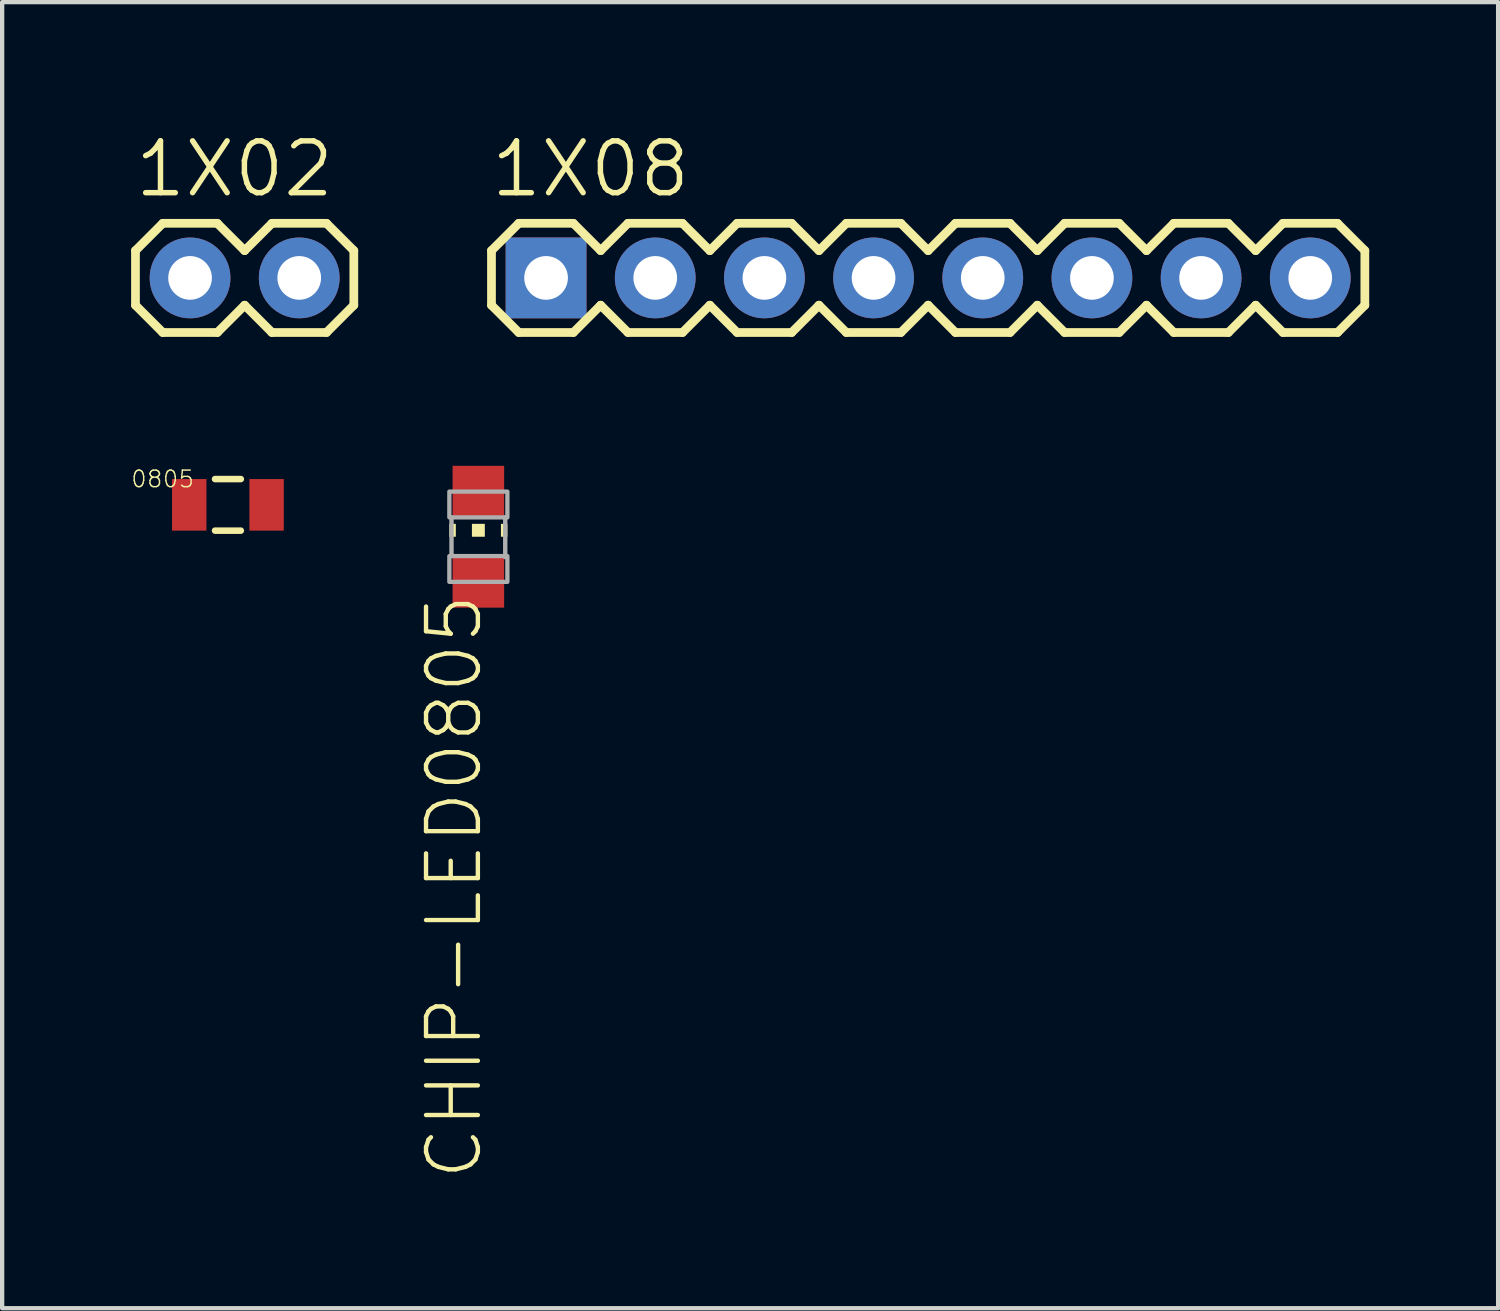
<source format=kicad_pcb>
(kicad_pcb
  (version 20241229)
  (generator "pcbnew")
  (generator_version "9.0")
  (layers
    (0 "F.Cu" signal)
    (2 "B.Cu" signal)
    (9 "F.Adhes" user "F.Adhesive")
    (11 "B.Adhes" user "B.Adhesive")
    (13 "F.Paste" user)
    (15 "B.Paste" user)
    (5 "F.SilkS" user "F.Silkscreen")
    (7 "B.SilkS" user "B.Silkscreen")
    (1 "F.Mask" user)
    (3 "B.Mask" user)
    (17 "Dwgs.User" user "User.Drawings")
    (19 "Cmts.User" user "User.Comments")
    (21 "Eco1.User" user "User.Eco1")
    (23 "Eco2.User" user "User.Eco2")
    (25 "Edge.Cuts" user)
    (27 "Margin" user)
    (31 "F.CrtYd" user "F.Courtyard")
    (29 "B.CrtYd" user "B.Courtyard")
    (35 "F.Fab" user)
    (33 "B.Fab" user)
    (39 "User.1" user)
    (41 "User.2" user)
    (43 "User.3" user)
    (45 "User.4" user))
  (footprint "CHIP-LED0805"
    (layer "F.Cu")
    (at 8.08 9.438)
    (property "Reference" "CHIP-LED0805" (at -1.27 1.27 90) (layer "F.SilkS") (effects (font (size 1.206 1.206) (thickness 0.102)) (justify right top)))
    (attr through_hole)
    (fp_poly (pts (xy -0.675 0) (xy -0.525 0) (xy -0.525 -0.3) (xy -0.675 -0.3)) (stroke (width 0) (type solid)) (fill yes) (layer "F.SilkS"))
    (fp_poly (pts (xy -0.15 0) (xy 0.15 0) (xy 0.15 -0.3) (xy -0.15 -0.3)) (stroke (width 0) (type solid)) (fill yes) (layer "F.SilkS"))
    (fp_poly (pts (xy 0.525 0) (xy 0.675 0) (xy 0.675 -0.3) (xy 0.525 -0.3)) (stroke (width 0) (type solid)) (fill yes) (layer "F.SilkS"))
    (fp_line (start -0.625 -0.45) (end -0.625 0.45) (stroke (width 0.102) (type solid)) (layer "F.Fab"))
    (fp_line (start 0.625 -0.45) (end 0.625 0.475) (stroke (width 0.102) (type solid)) (layer "F.Fab"))
    (fp_poly (pts (xy -0.675 -0.45) (xy 0.675 -0.45) (xy 0.675 -1.05) (xy -0.675 -1.05)) (stroke (width 0.1) (type solid)) (fill no) (layer "F.Fab"))
    (fp_poly (pts (xy -0.675 1.05) (xy 0.675 1.05) (xy 0.675 0.45) (xy -0.675 0.45)) (stroke (width 0.1) (type solid)) (fill no) (layer "F.Fab"))
    (pad "A" smd rect (at 0 1.05) (size 1.2 1.2) (layers "F.Cu" "F.Mask" "F.Paste"))
    (pad "C" smd rect (at 0 -1.05) (size 1.2 1.2) (layers "F.Cu" "F.Mask" "F.Paste")))
  (footprint "0805"
    (layer "F.Cu")
    (at 2.253 8.696)
    (property "Reference" "0805" (at -0.762 -0.826 0) (layer "F.SilkS") (effects (font (size 0.386 0.386) (thickness 0.033)) (justify right top)))
    (attr through_hole)
    (fp_line (start -0.3 -0.6) (end 0.3 -0.6) (stroke (width 0.152) (type solid)) (layer "F.SilkS"))
    (fp_line (start -0.3 0.6) (end 0.3 0.6) (stroke (width 0.152) (type solid)) (layer "F.SilkS"))
    (pad "1" smd rect (at -0.9 0) (size 0.8 1.2) (layers "F.Cu" "F.Mask" "F.Paste"))
    (pad "2" smd rect (at 0.9 0) (size 0.8 1.2) (layers "F.Cu" "F.Mask" "F.Paste")))
  (footprint "1X08"
    (layer "F.Cu")
    (at 9.655 3.416)
    (property "Reference" "1X08" (at -1.346 -1.829 0) (layer "F.SilkS") (effects (font (size 1.206 1.206) (thickness 0.127)) (justify left bottom)))
    (attr through_hole)
    (fp_line (start -1.27 -0.635) (end -1.27 0.635) (stroke (width 0.203) (type solid)) (layer "F.SilkS"))
    (fp_line (start -1.27 0.635) (end -0.635 1.27) (stroke (width 0.203) (type solid)) (layer "F.SilkS"))
    (fp_line (start -0.635 -1.27) (end -1.27 -0.635) (stroke (width 0.203) (type solid)) (layer "F.SilkS"))
    (fp_line (start -0.635 -1.27) (end 0.635 -1.27) (stroke (width 0.203) (type solid)) (layer "F.SilkS"))
    (fp_line (start 0.635 -1.27) (end 1.27 -0.635) (stroke (width 0.203) (type solid)) (layer "F.SilkS"))
    (fp_line (start 0.635 1.27) (end -0.635 1.27) (stroke (width 0.203) (type solid)) (layer "F.SilkS"))
    (fp_line (start 1.27 -0.635) (end 1.905 -1.27) (stroke (width 0.203) (type solid)) (layer "F.SilkS"))
    (fp_line (start 1.27 0.635) (end 0.635 1.27) (stroke (width 0.203) (type solid)) (layer "F.SilkS"))
    (fp_line (start 1.905 -1.27) (end 3.175 -1.27) (stroke (width 0.203) (type solid)) (layer "F.SilkS"))
    (fp_line (start 1.905 1.27) (end 1.27 0.635) (stroke (width 0.203) (type solid)) (layer "F.SilkS"))
    (fp_line (start 3.175 -1.27) (end 3.81 -0.635) (stroke (width 0.203) (type solid)) (layer "F.SilkS"))
    (fp_line (start 3.175 1.27) (end 1.905 1.27) (stroke (width 0.203) (type solid)) (layer "F.SilkS"))
    (fp_line (start 3.81 -0.635) (end 4.445 -1.27) (stroke (width 0.203) (type solid)) (layer "F.SilkS"))
    (fp_line (start 3.81 0.635) (end 3.175 1.27) (stroke (width 0.203) (type solid)) (layer "F.SilkS"))
    (fp_line (start 4.445 -1.27) (end 5.715 -1.27) (stroke (width 0.203) (type solid)) (layer "F.SilkS"))
    (fp_line (start 4.445 1.27) (end 3.81 0.635) (stroke (width 0.203) (type solid)) (layer "F.SilkS"))
    (fp_line (start 5.715 -1.27) (end 6.35 -0.635) (stroke (width 0.203) (type solid)) (layer "F.SilkS"))
    (fp_line (start 5.715 1.27) (end 4.445 1.27) (stroke (width 0.203) (type solid)) (layer "F.SilkS"))
    (fp_line (start 6.35 0.635) (end 5.715 1.27) (stroke (width 0.203) (type solid)) (layer "F.SilkS"))
    (fp_line (start 6.35 0.635) (end 6.985 1.27) (stroke (width 0.203) (type solid)) (layer "F.SilkS"))
    (fp_line (start 6.985 -1.27) (end 6.35 -0.635) (stroke (width 0.203) (type solid)) (layer "F.SilkS"))
    (fp_line (start 6.985 -1.27) (end 8.255 -1.27) (stroke (width 0.203) (type solid)) (layer "F.SilkS"))
    (fp_line (start 8.255 -1.27) (end 8.89 -0.635) (stroke (width 0.203) (type solid)) (layer "F.SilkS"))
    (fp_line (start 8.255 1.27) (end 6.985 1.27) (stroke (width 0.203) (type solid)) (layer "F.SilkS"))
    (fp_line (start 8.89 -0.635) (end 9.525 -1.27) (stroke (width 0.203) (type solid)) (layer "F.SilkS"))
    (fp_line (start 8.89 0.635) (end 8.255 1.27) (stroke (width 0.203) (type solid)) (layer "F.SilkS"))
    (fp_line (start 9.525 -1.27) (end 10.795 -1.27) (stroke (width 0.203) (type solid)) (layer "F.SilkS"))
    (fp_line (start 9.525 1.27) (end 8.89 0.635) (stroke (width 0.203) (type solid)) (layer "F.SilkS"))
    (fp_line (start 10.795 -1.27) (end 11.43 -0.635) (stroke (width 0.203) (type solid)) (layer "F.SilkS"))
    (fp_line (start 10.795 1.27) (end 9.525 1.27) (stroke (width 0.203) (type solid)) (layer "F.SilkS"))
    (fp_line (start 11.43 -0.635) (end 12.065 -1.27) (stroke (width 0.203) (type solid)) (layer "F.SilkS"))
    (fp_line (start 11.43 0.635) (end 10.795 1.27) (stroke (width 0.203) (type solid)) (layer "F.SilkS"))
    (fp_line (start 12.065 -1.27) (end 13.335 -1.27) (stroke (width 0.203) (type solid)) (layer "F.SilkS"))
    (fp_line (start 12.065 1.27) (end 11.43 0.635) (stroke (width 0.203) (type solid)) (layer "F.SilkS"))
    (fp_line (start 13.335 -1.27) (end 13.97 -0.635) (stroke (width 0.203) (type solid)) (layer "F.SilkS"))
    (fp_line (start 13.335 1.27) (end 12.065 1.27) (stroke (width 0.203) (type solid)) (layer "F.SilkS"))
    (fp_line (start 13.97 0.635) (end 13.335 1.27) (stroke (width 0.203) (type solid)) (layer "F.SilkS"))
    (fp_line (start 13.97 0.635) (end 14.605 1.27) (stroke (width 0.203) (type solid)) (layer "F.SilkS"))
    (fp_line (start 14.605 -1.27) (end 13.97 -0.635) (stroke (width 0.203) (type solid)) (layer "F.SilkS"))
    (fp_line (start 14.605 -1.27) (end 15.875 -1.27) (stroke (width 0.203) (type solid)) (layer "F.SilkS"))
    (fp_line (start 15.875 -1.27) (end 16.51 -0.635) (stroke (width 0.203) (type solid)) (layer "F.SilkS"))
    (fp_line (start 15.875 1.27) (end 14.605 1.27) (stroke (width 0.203) (type solid)) (layer "F.SilkS"))
    (fp_line (start 16.51 0.635) (end 15.875 1.27) (stroke (width 0.203) (type solid)) (layer "F.SilkS"))
    (fp_line (start 16.51 0.635) (end 17.145 1.27) (stroke (width 0.203) (type solid)) (layer "F.SilkS"))
    (fp_line (start 17.145 -1.27) (end 16.51 -0.635) (stroke (width 0.203) (type solid)) (layer "F.SilkS"))
    (fp_line (start 17.145 -1.27) (end 18.415 -1.27) (stroke (width 0.203) (type solid)) (layer "F.SilkS"))
    (fp_line (start 18.415 -1.27) (end 19.05 -0.635) (stroke (width 0.203) (type solid)) (layer "F.SilkS"))
    (fp_line (start 18.415 1.27) (end 17.145 1.27) (stroke (width 0.203) (type solid)) (layer "F.SilkS"))
    (fp_line (start 19.05 -0.635) (end 19.05 0.635) (stroke (width 0.203) (type solid)) (layer "F.SilkS"))
    (fp_line (start 19.05 0.635) (end 18.415 1.27) (stroke (width 0.203) (type solid)) (layer "F.SilkS"))
    (fp_poly (pts (xy -0.254 0.254) (xy 0.254 0.254) (xy 0.254 -0.254) (xy -0.254 -0.254)) (stroke (width 0.1) (type solid)) (fill no) (layer "F.Fab"))
    (fp_poly (pts (xy 2.286 0.254) (xy 2.794 0.254) (xy 2.794 -0.254) (xy 2.286 -0.254)) (stroke (width 0.1) (type solid)) (fill no) (layer "F.Fab"))
    (fp_poly (pts (xy 4.826 0.254) (xy 5.334 0.254) (xy 5.334 -0.254) (xy 4.826 -0.254)) (stroke (width 0.1) (type solid)) (fill no) (layer "F.Fab"))
    (fp_poly (pts (xy 7.366 0.254) (xy 7.874 0.254) (xy 7.874 -0.254) (xy 7.366 -0.254)) (stroke (width 0.1) (type solid)) (fill no) (layer "F.Fab"))
    (fp_poly (pts (xy 9.906 0.254) (xy 10.414 0.254) (xy 10.414 -0.254) (xy 9.906 -0.254)) (stroke (width 0.1) (type solid)) (fill no) (layer "F.Fab"))
    (fp_poly (pts (xy 12.446 0.254) (xy 12.954 0.254) (xy 12.954 -0.254) (xy 12.446 -0.254)) (stroke (width 0.1) (type solid)) (fill no) (layer "F.Fab"))
    (fp_poly (pts (xy 14.986 0.254) (xy 15.494 0.254) (xy 15.494 -0.254) (xy 14.986 -0.254)) (stroke (width 0.1) (type solid)) (fill no) (layer "F.Fab"))
    (fp_poly (pts (xy 17.526 0.254) (xy 18.034 0.254) (xy 18.034 -0.254) (xy 17.526 -0.254)) (stroke (width 0.1) (type solid)) (fill no) (layer "F.Fab"))
    (pad "1" thru_hole rect (at 0 0 90) (size 1.88 1.88) (drill 1.016) (layers "*.Cu" "*.Mask"))
    (pad "2" thru_hole circle (at 2.54 0 90) (size 1.88 1.88) (drill 1.016) (layers "*.Cu" "*.Mask"))
    (pad "3" thru_hole circle (at 5.08 0 90) (size 1.88 1.88) (drill 1.016) (layers "*.Cu" "*.Mask"))
    (pad "4" thru_hole circle (at 7.62 0 90) (size 1.88 1.88) (drill 1.016) (layers "*.Cu" "*.Mask"))
    (pad "5" thru_hole circle (at 10.16 0 90) (size 1.88 1.88) (drill 1.016) (layers "*.Cu" "*.Mask"))
    (pad "6" thru_hole circle (at 12.7 0 90) (size 1.88 1.88) (drill 1.016) (layers "*.Cu" "*.Mask"))
    (pad "7" thru_hole circle (at 15.24 0 90) (size 1.88 1.88) (drill 1.016) (layers "*.Cu" "*.Mask"))
    (pad "8" thru_hole circle (at 17.78 0 90) (size 1.88 1.88) (drill 1.016) (layers "*.Cu" "*.Mask")))
  (footprint "1X02"
    (layer "F.Cu")
    (at 1.372 3.416)
    (property "Reference" "1X02" (at -1.346 -1.829 0) (layer "F.SilkS") (effects (font (size 1.206 1.206) (thickness 0.127)) (justify left bottom)))
    (attr through_hole)
    (fp_line (start -1.27 -0.635) (end -1.27 0.635) (stroke (width 0.203) (type solid)) (layer "F.SilkS"))
    (fp_line (start -1.27 0.635) (end -0.635 1.27) (stroke (width 0.203) (type solid)) (layer "F.SilkS"))
    (fp_line (start -0.635 -1.27) (end -1.27 -0.635) (stroke (width 0.203) (type solid)) (layer "F.SilkS"))
    (fp_line (start -0.635 -1.27) (end 0.635 -1.27) (stroke (width 0.203) (type solid)) (layer "F.SilkS"))
    (fp_line (start 0.635 -1.27) (end 1.27 -0.635) (stroke (width 0.203) (type solid)) (layer "F.SilkS"))
    (fp_line (start 0.635 1.27) (end -0.635 1.27) (stroke (width 0.203) (type solid)) (layer "F.SilkS"))
    (fp_line (start 1.27 -0.635) (end 1.905 -1.27) (stroke (width 0.203) (type solid)) (layer "F.SilkS"))
    (fp_line (start 1.27 0.635) (end 0.635 1.27) (stroke (width 0.203) (type solid)) (layer "F.SilkS"))
    (fp_line (start 1.905 -1.27) (end 3.175 -1.27) (stroke (width 0.203) (type solid)) (layer "F.SilkS"))
    (fp_line (start 1.905 1.27) (end 1.27 0.635) (stroke (width 0.203) (type solid)) (layer "F.SilkS"))
    (fp_line (start 3.175 -1.27) (end 3.81 -0.635) (stroke (width 0.203) (type solid)) (layer "F.SilkS"))
    (fp_line (start 3.175 1.27) (end 1.905 1.27) (stroke (width 0.203) (type solid)) (layer "F.SilkS"))
    (fp_line (start 3.81 -0.635) (end 3.81 0.635) (stroke (width 0.203) (type solid)) (layer "F.SilkS"))
    (fp_line (start 3.81 0.635) (end 3.175 1.27) (stroke (width 0.203) (type solid)) (layer "F.SilkS"))
    (fp_poly (pts (xy -0.254 0.254) (xy 0.254 0.254) (xy 0.254 -0.254) (xy -0.254 -0.254)) (stroke (width 0.1) (type solid)) (fill no) (layer "F.Fab"))
    (fp_poly (pts (xy 2.286 0.254) (xy 2.794 0.254) (xy 2.794 -0.254) (xy 2.286 -0.254)) (stroke (width 0.1) (type solid)) (fill no) (layer "F.Fab"))
    (pad "1" thru_hole circle (at 0 0 90) (size 1.88 1.88) (drill 1.016) (layers "*.Cu" "*.Mask"))
    (pad "2" thru_hole circle (at 2.54 0 90) (size 1.88 1.88) (drill 1.016) (layers "*.Cu" "*.Mask")))
  (gr_rect
    (start -3 -3)
    (end 31.806 27.388)
    (stroke (width 0.1) (type default))
    (fill no)
    (layer "Edge.Cuts")))
</source>
